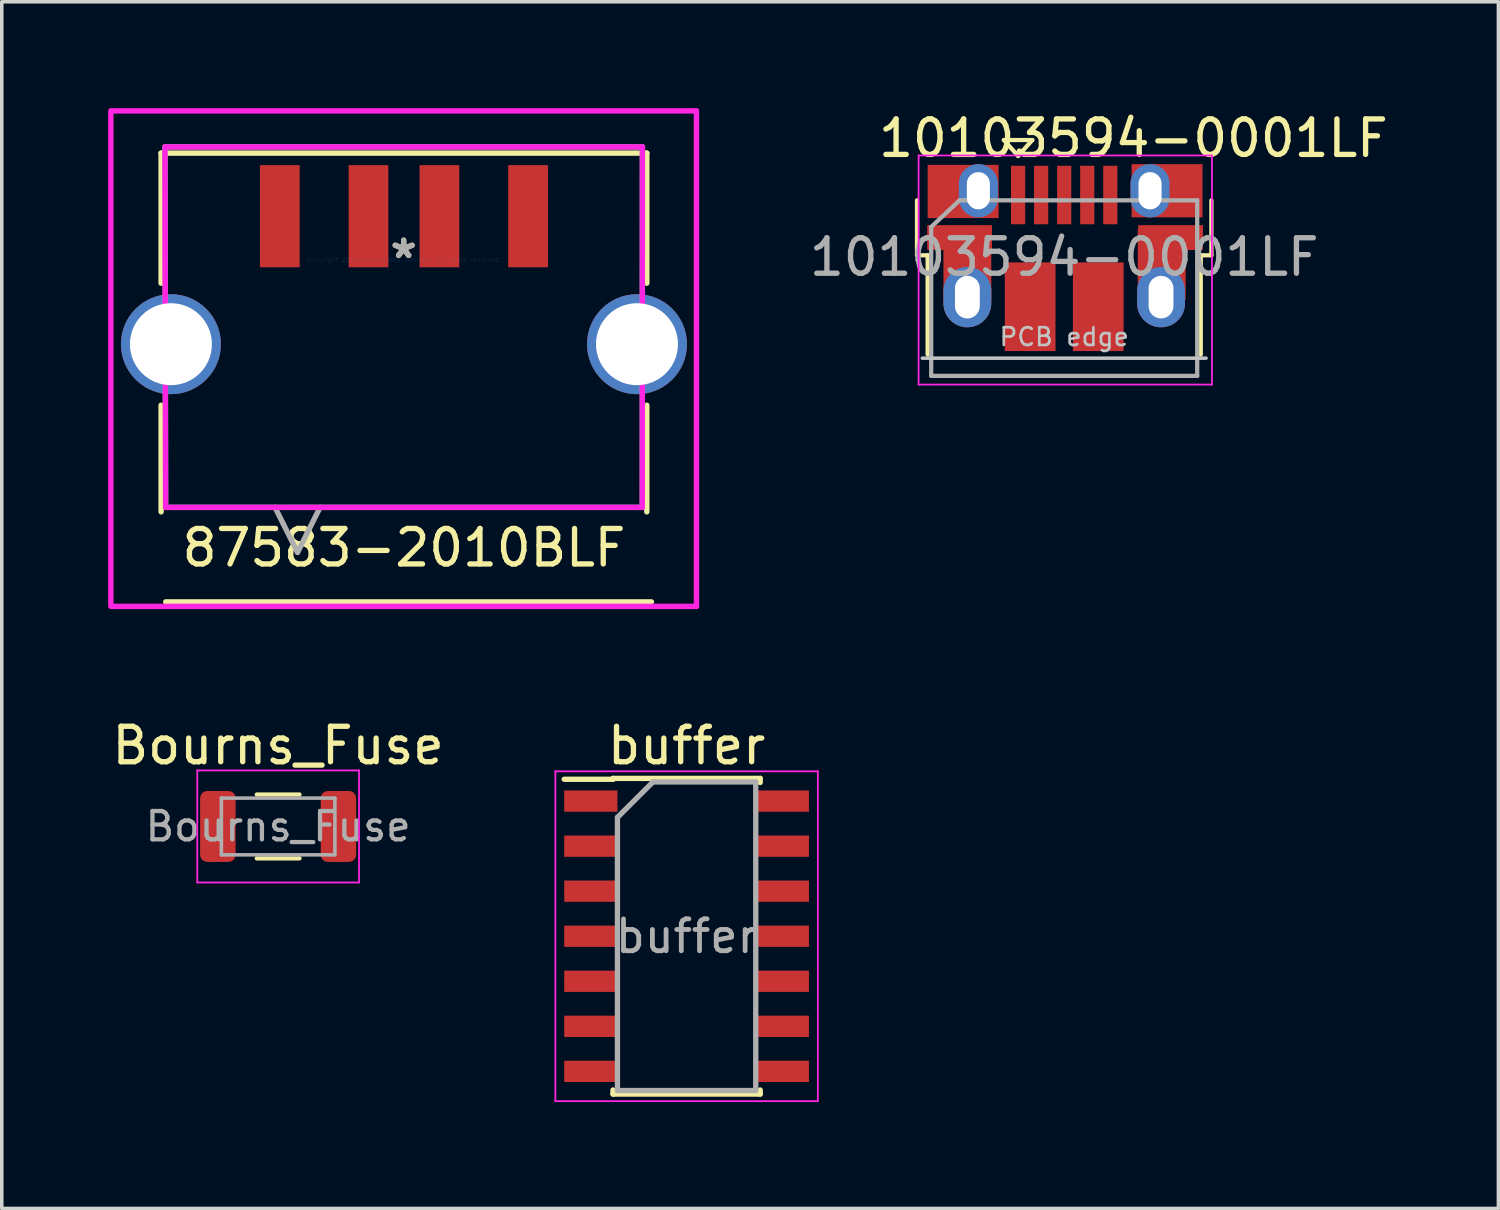
<source format=kicad_pcb>
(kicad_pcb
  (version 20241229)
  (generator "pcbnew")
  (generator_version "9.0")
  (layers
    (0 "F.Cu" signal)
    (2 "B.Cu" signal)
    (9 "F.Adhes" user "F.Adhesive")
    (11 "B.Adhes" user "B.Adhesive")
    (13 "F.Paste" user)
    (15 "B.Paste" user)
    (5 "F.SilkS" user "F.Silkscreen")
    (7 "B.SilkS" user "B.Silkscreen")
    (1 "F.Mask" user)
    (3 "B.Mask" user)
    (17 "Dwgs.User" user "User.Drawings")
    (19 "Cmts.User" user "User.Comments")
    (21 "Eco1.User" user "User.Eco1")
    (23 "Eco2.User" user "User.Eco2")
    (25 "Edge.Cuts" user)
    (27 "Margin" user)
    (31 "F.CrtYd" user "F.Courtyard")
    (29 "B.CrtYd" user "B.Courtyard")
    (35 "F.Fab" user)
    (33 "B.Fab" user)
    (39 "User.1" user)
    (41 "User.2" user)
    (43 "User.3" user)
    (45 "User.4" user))
  (footprint "Bourns_Fuse"
    (layer "F.Cu")
    (at 4.792 20.251)
    (property "Reference" "Bourns_Fuse" (at 0 -2.28 0) (layer "F.SilkS") (effects (font (size 1 1) (thickness 0.15))))
    (attr smd)
    (fp_line (start -0.602 -0.9) (end 0.602 -0.9) (stroke (width 0.12) (type solid)) (layer "F.SilkS"))
    (fp_line (start -0.602 0.9) (end 0.602 0.9) (stroke (width 0.12) (type solid)) (layer "F.SilkS"))
    (fp_line (start -2.28 -1.58) (end 2.28 -1.58) (stroke (width 0.05) (type solid)) (layer "F.CrtYd"))
    (fp_line (start -2.28 1.58) (end -2.28 -1.58) (stroke (width 0.05) (type solid)) (layer "F.CrtYd"))
    (fp_line (start 2.28 -1.58) (end 2.28 1.58) (stroke (width 0.05) (type solid)) (layer "F.CrtYd"))
    (fp_line (start 2.28 1.58) (end -2.28 1.58) (stroke (width 0.05) (type solid)) (layer "F.CrtYd"))
    (fp_line (start -1.6 -0.8) (end 1.6 -0.8) (stroke (width 0.1) (type solid)) (layer "F.Fab"))
    (fp_line (start -1.6 0.8) (end -1.6 -0.8) (stroke (width 0.1) (type solid)) (layer "F.Fab"))
    (fp_line (start 1.6 -0.8) (end 1.6 0.8) (stroke (width 0.1) (type solid)) (layer "F.Fab"))
    (fp_line (start 1.6 0.8) (end -1.6 0.8) (stroke (width 0.1) (type solid)) (layer "F.Fab"))
    (fp_text user "${REFERENCE}" (at 0 0 0) (layer "F.Fab") (effects (font (size 0.8 0.8) (thickness 0.12))))
    (pad "1" smd roundrect (at -1.7 0) (size 1 2) (layers "F.Cu" "F.Mask" "F.Paste") (roundrect_rratio 0.2))
    (pad "2" smd roundrect (at 1.7 0) (size 1 2) (layers "F.Cu" "F.Mask" "F.Paste") (roundrect_rratio 0.2)))
  (footprint "10103594-0001LF"
    (layer "F.Cu")
    (at 26.979 4.213)
    (property "Reference" "10103594-0001LF" (at 1.925 -3.365 0) (layer "F.SilkS") (effects (font (size 1 1) (thickness 0.15))))
    (attr smd)
    (fp_line (start -4.175 -0.065) (end -4.175 -1.615) (stroke (width 0.12) (type solid)) (layer "F.SilkS"))
    (fp_line (start -4.175 -0.065) (end -3.875 -0.065) (stroke (width 0.12) (type solid)) (layer "F.SilkS"))
    (fp_line (start -3.875 2.735) (end -3.875 -0.065) (stroke (width 0.12) (type solid)) (layer "F.SilkS"))
    (fp_line (start -1.725 -3.315) (end -0.925 -3.315) (stroke (width 0.12) (type solid)) (layer "F.SilkS"))
    (fp_line (start -1.325 -2.865) (end -1.725 -3.315) (stroke (width 0.12) (type solid)) (layer "F.SilkS"))
    (fp_line (start -0.925 -3.315) (end -1.325 -2.865) (stroke (width 0.12) (type solid)) (layer "F.SilkS"))
    (fp_line (start 3.825 -0.065) (end 4.125 -0.065) (stroke (width 0.12) (type solid)) (layer "F.SilkS"))
    (fp_line (start 3.825 2.735) (end 3.825 -0.065) (stroke (width 0.12) (type solid)) (layer "F.SilkS"))
    (fp_line (start 4.125 -0.065) (end 4.125 -1.615) (stroke (width 0.12) (type solid)) (layer "F.SilkS"))
    (fp_line (start -4.025 2.835) (end 3.975 2.835) (stroke (width 0.1) (type solid)) (layer "Dwgs.User"))
    (fp_line (start -4.13 -2.88) (end -4.13 3.58) (stroke (width 0.05) (type solid)) (layer "F.CrtYd"))
    (fp_line (start -4.13 -2.88) (end 4.14 -2.88) (stroke (width 0.05) (type solid)) (layer "F.CrtYd"))
    (fp_line (start 4.14 3.58) (end -4.13 3.58) (stroke (width 0.05) (type solid)) (layer "F.CrtYd"))
    (fp_line (start 4.14 3.58) (end 4.14 -2.88) (stroke (width 0.05) (type solid)) (layer "F.CrtYd"))
    (fp_line (start -3.775 -0.865) (end -2.975 -1.615) (stroke (width 0.12) (type solid)) (layer "F.Fab"))
    (fp_line (start -3.775 3.335) (end -3.775 -0.865) (stroke (width 0.12) (type solid)) (layer "F.Fab"))
    (fp_line (start -2.975 -1.615) (end 3.725 -1.615) (stroke (width 0.12) (type solid)) (layer "F.Fab"))
    (fp_line (start 3.725 -1.615) (end 3.725 3.335) (stroke (width 0.12) (type solid)) (layer "F.Fab"))
    (fp_line (start 3.725 3.335) (end -3.775 3.335) (stroke (width 0.12) (type solid)) (layer "F.Fab"))
    (fp_text user "PCB edge" (at -0.025 2.235 0) (layer "Dwgs.User") (effects (font (size 0.5 0.5) (thickness 0.075))))
    (fp_text user "${REFERENCE}" (at -0.025 -0.015 0) (layer "F.Fab") (effects (font (size 1 1) (thickness 0.15))))
    (pad "1" smd rect (at -1.325 -1.765 90) (size 1.65 0.4) (layers "F.Cu" "F.Mask" "F.Paste"))
    (pad "2" smd rect (at -0.675 -1.765 90) (size 1.65 0.4) (layers "F.Cu" "F.Mask" "F.Paste"))
    (pad "3" smd rect (at -0.025 -1.765 90) (size 1.65 0.4) (layers "F.Cu" "F.Mask" "F.Paste"))
    (pad "4" smd rect (at 0.625 -1.765 90) (size 1.65 0.4) (layers "F.Cu" "F.Mask" "F.Paste"))
    (pad "5" smd rect (at 1.275 -1.765 90) (size 1.65 0.4) (layers "F.Cu" "F.Mask" "F.Paste"))
    (pad "6" smd rect (at -2.975 -0.565) (size 1.825 0.7) (layers "F.Cu" "F.Mask" "F.Paste"))
    (pad "6" smd rect (at -2.875 -1.865) (size 2 1.5) (layers "F.Cu" "F.Mask" "F.Paste"))
    (pad "6" smd rect (at -2.755 0.185) (size 1.35 2) (layers "F.Cu" "F.Mask" "F.Paste"))
    (pad "6" thru_hole oval (at -2.755 1.115 90) (size 1.7 1.35) (drill oval 1.2 0.7) (layers "*.Cu" "*.Mask"))
    (pad "6" thru_hole oval (at -2.445 -1.885 90) (size 1.5 1.1) (drill oval 1.05 0.65) (layers "*.Cu" "*.Mask"))
    (pad "6" smd rect (at -0.985 1.385 90) (size 2.5 1.43) (layers "F.Cu" "F.Mask" "F.Paste"))
    (pad "6" smd rect (at 0.935 1.385 90) (size 2.5 1.43) (layers "F.Cu" "F.Mask" "F.Paste"))
    (pad "6" thru_hole oval (at 2.395 -1.885 90) (size 1.5 1.1) (drill oval 1.05 0.65) (layers "*.Cu" "*.Mask"))
    (pad "6" thru_hole oval (at 2.705 1.115 90) (size 1.7 1.35) (drill oval 1.2 0.7) (layers "*.Cu" "*.Mask"))
    (pad "6" smd rect (at 2.725 0.185) (size 1.35 2) (layers "F.Cu" "F.Mask" "F.Paste"))
    (pad "6" smd rect (at 2.875 -1.885) (size 2 1.5) (layers "F.Cu" "F.Mask" "F.Paste"))
    (pad "6" smd rect (at 2.975 -0.565) (size 1.825 0.7) (layers "F.Cu" "F.Mask" "F.Paste")))
  (footprint "buffer"
    (layer "F.Cu")
    (at 16.308 23.346)
    (property "Reference" "buffer" (at 0 -5.375 0) (layer "F.SilkS") (effects (font (size 1 1) (thickness 0.15))))
    (attr smd)
    (fp_line (start -2.075 -4.45) (end -2.075 -4.425) (stroke (width 0.15) (type solid)) (layer "F.SilkS"))
    (fp_line (start -2.075 -4.45) (end 2.075 -4.45) (stroke (width 0.15) (type solid)) (layer "F.SilkS"))
    (fp_line (start -2.075 -4.425) (end -3.45 -4.425) (stroke (width 0.15) (type solid)) (layer "F.SilkS"))
    (fp_line (start -2.075 4.45) (end -2.075 4.335) (stroke (width 0.15) (type solid)) (layer "F.SilkS"))
    (fp_line (start -2.075 4.45) (end 2.075 4.45) (stroke (width 0.15) (type solid)) (layer "F.SilkS"))
    (fp_line (start 2.075 -4.45) (end 2.075 -4.335) (stroke (width 0.15) (type solid)) (layer "F.SilkS"))
    (fp_line (start 2.075 4.45) (end 2.075 4.335) (stroke (width 0.15) (type solid)) (layer "F.SilkS"))
    (fp_line (start -3.7 -4.65) (end -3.7 4.65) (stroke (width 0.05) (type solid)) (layer "F.CrtYd"))
    (fp_line (start -3.7 -4.65) (end 3.7 -4.65) (stroke (width 0.05) (type solid)) (layer "F.CrtYd"))
    (fp_line (start -3.7 4.65) (end 3.7 4.65) (stroke (width 0.05) (type solid)) (layer "F.CrtYd"))
    (fp_line (start 3.7 -4.65) (end 3.7 4.65) (stroke (width 0.05) (type solid)) (layer "F.CrtYd"))
    (fp_line (start -1.95 -3.35) (end -0.95 -4.35) (stroke (width 0.15) (type solid)) (layer "F.Fab"))
    (fp_line (start -1.95 4.35) (end -1.95 -3.35) (stroke (width 0.15) (type solid)) (layer "F.Fab"))
    (fp_line (start -0.95 -4.35) (end 1.95 -4.35) (stroke (width 0.15) (type solid)) (layer "F.Fab"))
    (fp_line (start 1.95 -4.35) (end 1.95 4.35) (stroke (width 0.15) (type solid)) (layer "F.Fab"))
    (fp_line (start 1.95 4.35) (end -1.95 4.35) (stroke (width 0.15) (type solid)) (layer "F.Fab"))
    (fp_text user "${REFERENCE}" (at 0 0 0) (layer "F.Fab") (effects (font (size 0.9 0.9) (thickness 0.135))))
    (pad "1" smd rect (at -2.7 -3.81) (size 1.5 0.6) (layers "F.Cu" "F.Mask" "F.Paste"))
    (pad "2" smd rect (at -2.7 -2.54) (size 1.5 0.6) (layers "F.Cu" "F.Mask" "F.Paste"))
    (pad "3" smd rect (at -2.7 -1.27) (size 1.5 0.6) (layers "F.Cu" "F.Mask" "F.Paste"))
    (pad "4" smd rect (at -2.7 0) (size 1.5 0.6) (layers "F.Cu" "F.Mask" "F.Paste"))
    (pad "5" smd rect (at -2.7 1.27) (size 1.5 0.6) (layers "F.Cu" "F.Mask" "F.Paste"))
    (pad "6" smd rect (at -2.7 2.54) (size 1.5 0.6) (layers "F.Cu" "F.Mask" "F.Paste"))
    (pad "7" smd rect (at -2.7 3.81) (size 1.5 0.6) (layers "F.Cu" "F.Mask" "F.Paste"))
    (pad "8" smd rect (at 2.7 3.81) (size 1.5 0.6) (layers "F.Cu" "F.Mask" "F.Paste"))
    (pad "9" smd rect (at 2.7 2.54) (size 1.5 0.6) (layers "F.Cu" "F.Mask" "F.Paste"))
    (pad "10" smd rect (at 2.7 1.27) (size 1.5 0.6) (layers "F.Cu" "F.Mask" "F.Paste"))
    (pad "11" smd rect (at 2.7 0) (size 1.5 0.6) (layers "F.Cu" "F.Mask" "F.Paste"))
    (pad "12" smd rect (at 2.7 -1.27) (size 1.5 0.6) (layers "F.Cu" "F.Mask" "F.Paste"))
    (pad "13" smd rect (at 2.7 -2.54) (size 1.5 0.6) (layers "F.Cu" "F.Mask" "F.Paste"))
    (pad "14" smd rect (at 2.7 -3.81) (size 1.5 0.6) (layers "F.Cu" "F.Mask" "F.Paste")))
  (footprint "87583-2010BLF"
    (layer "F.Cu")
    (at 8.331 4.267)
    (property "Reference" "87583-2010BLF" (at 0.008 8.128 0) (layer "F.SilkS") (effects (font (size 1 1) (thickness 0.15))))
    (attr through_hole)
    (fp_line (start -6.839 -3) (end -6.839 0.667) (stroke (width 0.152) (type solid)) (layer "F.SilkS"))
    (fp_line (start -6.839 4.108) (end -6.839 7.114) (stroke (width 0.152) (type solid)) (layer "F.SilkS"))
    (fp_line (start -6.709 9.652) (end 6.985 9.652) (stroke (width 0.152) (type solid)) (layer "F.SilkS"))
    (fp_line (start 6.855 -3) (end -6.839 -3) (stroke (width 0.152) (type solid)) (layer "F.SilkS"))
    (fp_line (start 6.855 0.667) (end 6.855 -3) (stroke (width 0.152) (type solid)) (layer "F.SilkS"))
    (fp_line (start 6.855 7.114) (end 6.855 4.108) (stroke (width 0.152) (type solid)) (layer "F.SilkS"))
    (fp_line (start -8.255 9.779) (end -8.255 -4.191) (stroke (width 0.152) (type solid)) (layer "F.CrtYd"))
    (fp_line (start -8.226 -4.191) (end 8.242 -4.191) (stroke (width 0.152) (type solid)) (layer "F.CrtYd"))
    (fp_line (start -6.712 -3.175) (end 6.728 -3.175) (stroke (width 0.152) (type solid)) (layer "F.CrtYd"))
    (fp_line (start -6.712 6.987) (end -6.731 -3.175) (stroke (width 0.152) (type solid)) (layer "F.CrtYd"))
    (fp_line (start 6.728 6.987) (end -6.712 6.987) (stroke (width 0.152) (type solid)) (layer "F.CrtYd"))
    (fp_line (start 6.731 -3.175) (end 6.728 6.987) (stroke (width 0.152) (type solid)) (layer "F.CrtYd"))
    (fp_line (start 8.255 -4.191) (end 8.255 9.779) (stroke (width 0.152) (type solid)) (layer "F.CrtYd"))
    (fp_line (start 8.255 9.779) (end -8.212 9.779) (stroke (width 0.152) (type solid)) (layer "F.CrtYd"))
    (fp_line (start -6.731 -3.175) (end -6.712 6.987) (stroke (width 0.152) (type solid)) (layer "F.Fab"))
    (fp_line (start -6.712 6.987) (end 6.728 6.987) (stroke (width 0.152) (type solid)) (layer "F.Fab"))
    (fp_line (start -3.627 6.987) (end -2.992 8.257) (stroke (width 0.152) (type solid)) (layer "F.Fab"))
    (fp_line (start -2.357 6.987) (end -2.992 8.257) (stroke (width 0.152) (type solid)) (layer "F.Fab"))
    (fp_line (start 6.728 -3.175) (end -6.712 -3.175) (stroke (width 0.152) (type solid)) (layer "F.Fab"))
    (fp_line (start 6.728 6.987) (end 6.731 -3.175) (stroke (width 0.152) (type solid)) (layer "F.Fab"))
    (fp_text user "*" (at 0 0 0) (layer "F.SilkS") (effects (font (size 1 1) (thickness 0.15))))
    (fp_text user "Copyright 2016 Accelerated Designs. All rights reserved." (at 0 0 0) (layer "Cmts.User") (effects (font (size 0.127 0.127) (thickness 0.002))))
    (fp_text user "*" (at 0 0 0) (layer "F.Fab") (effects (font (size 1 1) (thickness 0.15))))
    (pad "1" smd rect (at -3.492 -1.221) (size 1.12 2.88) (layers "F.Cu" "F.Mask" "F.Paste"))
    (pad "2" smd rect (at -0.992 -1.221) (size 1.12 2.88) (layers "F.Cu" "F.Mask" "F.Paste"))
    (pad "3" smd rect (at 1.008 -1.221) (size 1.12 2.88) (layers "F.Cu" "F.Mask" "F.Paste"))
    (pad "4" smd rect (at 3.508 -1.221) (size 1.12 2.88) (layers "F.Cu" "F.Mask" "F.Paste"))
    (pad "5" thru_hole circle (at -6.562 2.387 90) (size 2.819 2.819) (drill 2.311) (layers "*.Cu" "*.Mask"))
    (pad "5" thru_hole circle (at 6.578 2.387 90) (size 2.819 2.819) (drill 2.311) (layers "*.Cu" "*.Mask")))
  (gr_rect
    (start -3 -3)
    (end 39.196 31.021)
    (stroke (width 0.1) (type default))
    (fill no)
    (layer "Edge.Cuts")))
</source>
